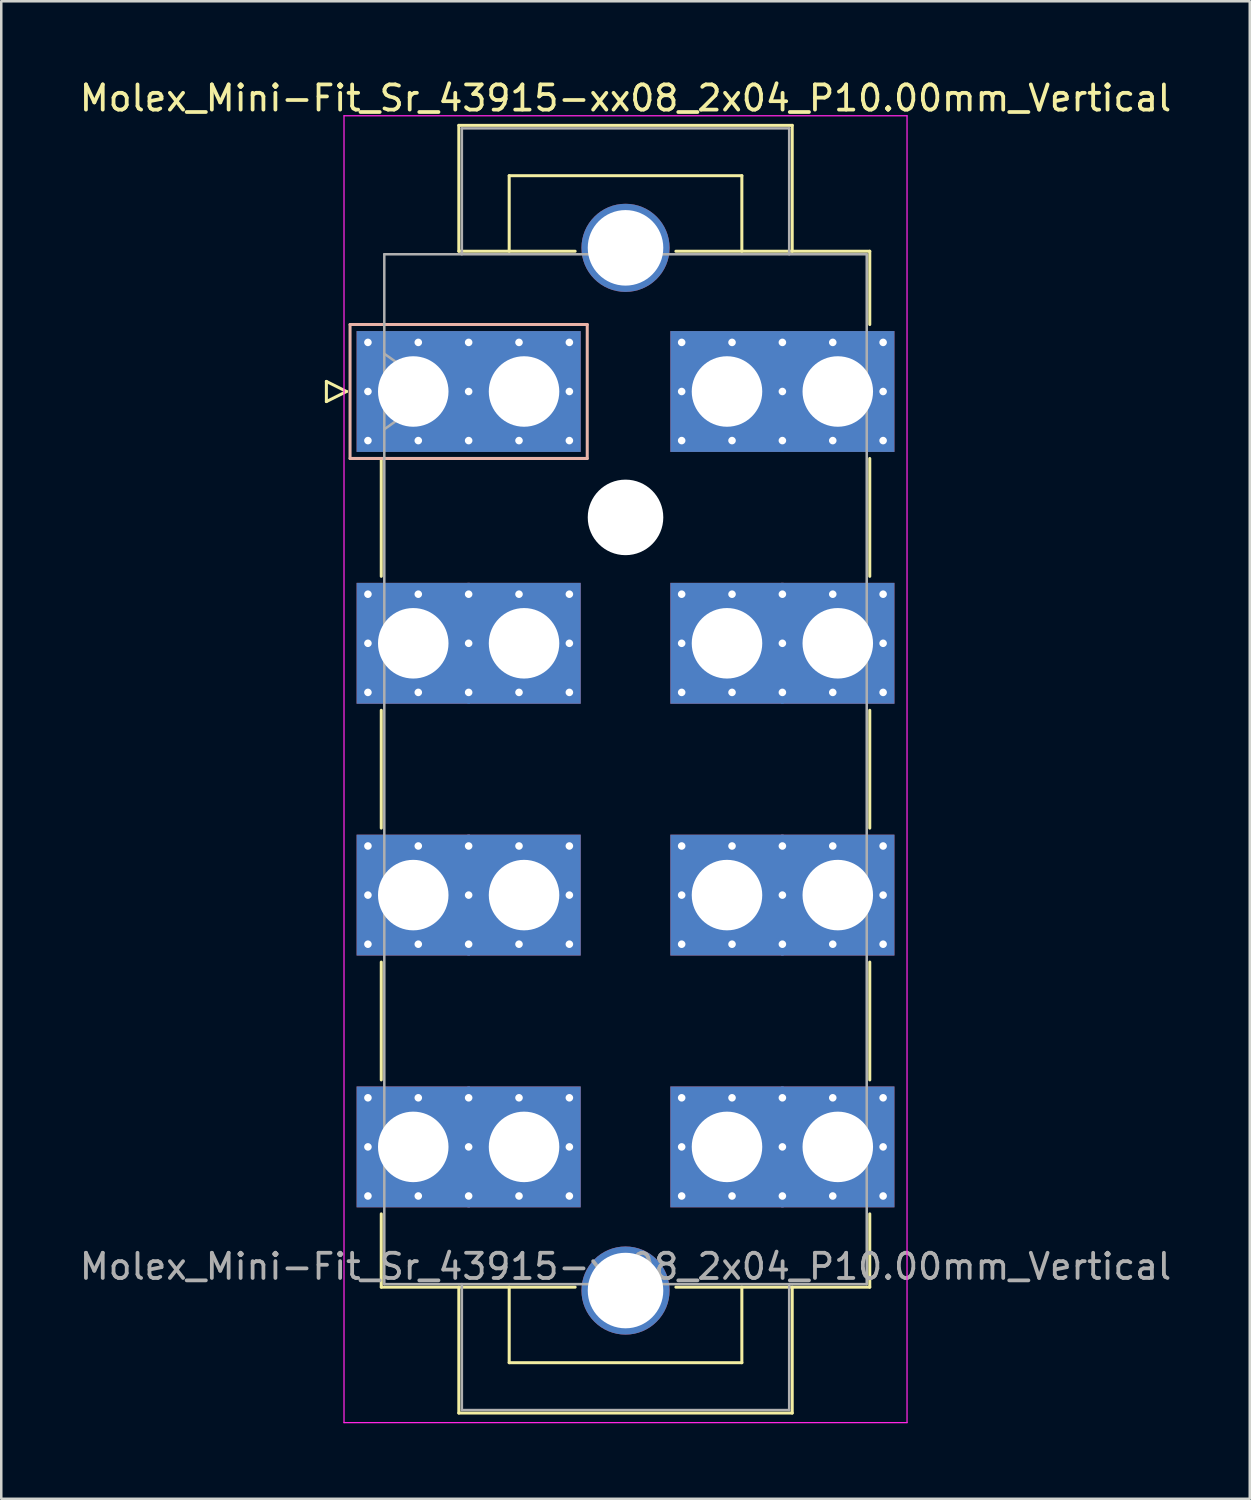
<source format=kicad_pcb>
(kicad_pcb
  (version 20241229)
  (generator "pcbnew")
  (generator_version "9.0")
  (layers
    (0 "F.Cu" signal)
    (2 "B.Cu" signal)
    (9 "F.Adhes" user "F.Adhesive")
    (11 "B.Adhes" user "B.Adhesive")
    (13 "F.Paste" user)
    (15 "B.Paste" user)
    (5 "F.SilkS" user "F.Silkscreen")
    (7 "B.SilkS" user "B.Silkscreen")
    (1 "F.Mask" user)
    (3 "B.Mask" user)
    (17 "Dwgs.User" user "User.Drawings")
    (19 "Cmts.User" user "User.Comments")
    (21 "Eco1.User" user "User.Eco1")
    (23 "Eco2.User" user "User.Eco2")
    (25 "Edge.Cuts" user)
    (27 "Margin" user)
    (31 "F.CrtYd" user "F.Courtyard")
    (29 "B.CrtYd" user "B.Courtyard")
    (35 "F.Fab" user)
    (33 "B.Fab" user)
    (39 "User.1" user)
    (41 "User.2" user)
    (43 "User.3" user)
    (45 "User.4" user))
  (footprint "Molex_Mini-Fit_Sr_43915-xx08_2x04_P10.00mm_Vertical"
    (layer "F.Cu")
    (at 13.362 12.498)
    (property "Reference" "Molex_Mini-Fit_Sr_43915-xx08_2x04_P10.00mm_Vertical" (at 8.43 -11.65 0) (layer "F.SilkS") (effects (font (size 1 1) (thickness 0.15))))
    (attr through_hole)
    (fp_line (start -3.45 -0.4) (end -3.45 0.4) (stroke (width 0.12) (type solid)) (layer "F.SilkS"))
    (fp_line (start -3.45 0.4) (end -2.65 0) (stroke (width 0.12) (type solid)) (layer "F.SilkS"))
    (fp_line (start -2.65 0) (end -3.45 -0.4) (stroke (width 0.12) (type solid)) (layer "F.SilkS"))
    (fp_line (start -1.27 2.66) (end -1.27 7.34) (stroke (width 0.12) (type solid)) (layer "F.SilkS"))
    (fp_line (start -1.27 12.66) (end -1.27 17.34) (stroke (width 0.12) (type solid)) (layer "F.SilkS"))
    (fp_line (start -1.27 22.66) (end -1.27 27.34) (stroke (width 0.12) (type solid)) (layer "F.SilkS"))
    (fp_line (start -1.27 32.66) (end -1.27 35.57) (stroke (width 0.12) (type solid)) (layer "F.SilkS"))
    (fp_line (start -1.27 35.57) (end 6.43 35.57) (stroke (width 0.12) (type solid)) (layer "F.SilkS"))
    (fp_line (start 1.81 -10.57) (end 15.05 -10.57) (stroke (width 0.12) (type solid)) (layer "F.SilkS"))
    (fp_line (start 1.81 -5.57) (end 1.81 -10.57) (stroke (width 0.12) (type solid)) (layer "F.SilkS"))
    (fp_line (start 1.81 35.57) (end 1.81 40.57) (stroke (width 0.12) (type solid)) (layer "F.SilkS"))
    (fp_line (start 1.81 40.57) (end 15.05 40.57) (stroke (width 0.12) (type solid)) (layer "F.SilkS"))
    (fp_line (start 3.81 -8.57) (end 13.05 -8.57) (stroke (width 0.12) (type solid)) (layer "F.SilkS"))
    (fp_line (start 3.81 -5.57) (end 3.81 -8.57) (stroke (width 0.12) (type solid)) (layer "F.SilkS"))
    (fp_line (start 3.81 35.57) (end 3.81 38.57) (stroke (width 0.12) (type solid)) (layer "F.SilkS"))
    (fp_line (start 3.81 38.57) (end 13.05 38.57) (stroke (width 0.12) (type solid)) (layer "F.SilkS"))
    (fp_line (start 6.43 -5.57) (end 1.81 -5.57) (stroke (width 0.12) (type solid)) (layer "F.SilkS"))
    (fp_line (start 13.05 -8.57) (end 13.05 -5.57) (stroke (width 0.12) (type solid)) (layer "F.SilkS"))
    (fp_line (start 13.05 38.57) (end 13.05 35.57) (stroke (width 0.12) (type solid)) (layer "F.SilkS"))
    (fp_line (start 15.05 -10.57) (end 15.05 -5.57) (stroke (width 0.12) (type solid)) (layer "F.SilkS"))
    (fp_line (start 15.05 40.57) (end 15.05 35.57) (stroke (width 0.12) (type solid)) (layer "F.SilkS"))
    (fp_line (start 18.13 -5.57) (end 10.43 -5.57) (stroke (width 0.12) (type solid)) (layer "F.SilkS"))
    (fp_line (start 18.13 -2.66) (end 18.13 -5.57) (stroke (width 0.12) (type solid)) (layer "F.SilkS"))
    (fp_line (start 18.13 2.66) (end 18.13 7.34) (stroke (width 0.12) (type solid)) (layer "F.SilkS"))
    (fp_line (start 18.13 12.66) (end 18.13 17.34) (stroke (width 0.12) (type solid)) (layer "F.SilkS"))
    (fp_line (start 18.13 22.66) (end 18.13 27.34) (stroke (width 0.12) (type solid)) (layer "F.SilkS"))
    (fp_line (start 18.13 32.66) (end 18.13 35.57) (stroke (width 0.12) (type solid)) (layer "F.SilkS"))
    (fp_line (start 18.13 35.57) (end 10.43 35.57) (stroke (width 0.12) (type solid)) (layer "F.SilkS"))
    (fp_line (start -2.51 -2.66) (end -2.51 2.66) (stroke (width 0.12) (type solid)) (layer "B.SilkS"))
    (fp_line (start -2.51 2.66) (end 6.91 2.66) (stroke (width 0.12) (type solid)) (layer "B.SilkS"))
    (fp_line (start 6.91 -2.66) (end -2.51 -2.66) (stroke (width 0.12) (type solid)) (layer "B.SilkS"))
    (fp_line (start 6.91 2.66) (end 6.91 -2.66) (stroke (width 0.12) (type solid)) (layer "B.SilkS"))
    (fp_line (start -2.75 -10.95) (end -2.75 40.95) (stroke (width 0.05) (type solid)) (layer "F.CrtYd"))
    (fp_line (start -2.75 40.95) (end 19.61 40.95) (stroke (width 0.05) (type solid)) (layer "F.CrtYd"))
    (fp_line (start 19.61 -10.95) (end -2.75 -10.95) (stroke (width 0.05) (type solid)) (layer "F.CrtYd"))
    (fp_line (start 19.61 40.95) (end 19.61 -10.95) (stroke (width 0.05) (type solid)) (layer "F.CrtYd"))
    (fp_line (start -1.15 -5.45) (end -1.15 35.45) (stroke (width 0.1) (type solid)) (layer "F.Fab"))
    (fp_line (start -1.15 -1.5) (end 0.971 0) (stroke (width 0.1) (type solid)) (layer "F.Fab"))
    (fp_line (start -1.15 35.45) (end 18.01 35.45) (stroke (width 0.1) (type solid)) (layer "F.Fab"))
    (fp_line (start 0.971 0) (end -1.15 1.5) (stroke (width 0.1) (type solid)) (layer "F.Fab"))
    (fp_line (start 1.93 -10.45) (end 14.93 -10.45) (stroke (width 0.1) (type solid)) (layer "F.Fab"))
    (fp_line (start 1.93 -5.45) (end 1.93 -10.45) (stroke (width 0.1) (type solid)) (layer "F.Fab"))
    (fp_line (start 1.93 35.45) (end 1.93 40.45) (stroke (width 0.1) (type solid)) (layer "F.Fab"))
    (fp_line (start 1.93 40.45) (end 14.93 40.45) (stroke (width 0.1) (type solid)) (layer "F.Fab"))
    (fp_line (start 14.93 -10.45) (end 14.93 -5.45) (stroke (width 0.1) (type solid)) (layer "F.Fab"))
    (fp_line (start 14.93 40.45) (end 14.93 35.45) (stroke (width 0.1) (type solid)) (layer "F.Fab"))
    (fp_line (start 18.01 -5.45) (end -1.15 -5.45) (stroke (width 0.1) (type solid)) (layer "F.Fab"))
    (fp_line (start 18.01 35.45) (end 18.01 -5.45) (stroke (width 0.1) (type solid)) (layer "F.Fab"))
    (fp_text user "${REFERENCE}" (at 8.43 34.75 0) (layer "F.Fab") (effects (font (size 1 1) (thickness 0.15))))
    (pad "" thru_hole circle (at 8.43 -5.705) (size 3.5 3.5) (drill 3) (layers "*.Cu" "*.Mask"))
    (pad "" np_thru_hole circle (at 8.43 5) (size 3 3) (drill 3) (layers "*.Cu" "*.Mask"))
    (pad "" thru_hole circle (at 8.43 35.705) (size 3.5 3.5) (drill 3) (layers "*.Cu" "*.Mask"))
    (pad "1" thru_hole rect (at -1.8 -1.95) (size 0.6 0.6) (drill 0.3) (layers "*.Cu" "*.Mask"))
    (pad "1" thru_hole rect (at -1.8 0) (size 0.6 0.6) (drill 0.3) (layers "*.Cu" "*.Mask"))
    (pad "1" thru_hole rect (at -1.8 1.95) (size 0.6 0.6) (drill 0.3) (layers "*.Cu" "*.Mask"))
    (pad "1" thru_hole rect (at 0 0) (size 4.5 4.8) (drill 2.8) (layers "*.Cu" "*.Mask"))
    (pad "1" thru_hole rect (at 0.2 -1.95) (size 0.6 0.6) (drill 0.3) (layers "*.Cu" "*.Mask"))
    (pad "1" thru_hole rect (at 0.2 1.95) (size 0.6 0.6) (drill 0.3) (layers "*.Cu" "*.Mask"))
    (pad "1" thru_hole rect (at 2.2 -1.95) (size 0.6 0.6) (drill 0.3) (layers "*.Cu" "*.Mask"))
    (pad "1" thru_hole rect (at 2.2 0) (size 0.6 0.6) (drill 0.3) (layers "*.Cu" "*.Mask"))
    (pad "1" thru_hole rect (at 2.2 1.95) (size 0.6 0.6) (drill 0.3) (layers "*.Cu" "*.Mask"))
    (pad "1" thru_hole rect (at 4.2 -1.95) (size 0.6 0.6) (drill 0.3) (layers "*.Cu" "*.Mask"))
    (pad "1" thru_hole rect (at 4.2 1.95) (size 0.6 0.6) (drill 0.3) (layers "*.Cu" "*.Mask"))
    (pad "1" thru_hole rect (at 4.4 0) (size 4.5 4.8) (drill 2.8) (layers "*.Cu" "*.Mask"))
    (pad "1" thru_hole rect (at 6.2 -1.95) (size 0.6 0.6) (drill 0.3) (layers "*.Cu" "*.Mask"))
    (pad "1" thru_hole rect (at 6.2 0) (size 0.6 0.6) (drill 0.3) (layers "*.Cu" "*.Mask"))
    (pad "1" thru_hole rect (at 6.2 1.95) (size 0.6 0.6) (drill 0.3) (layers "*.Cu" "*.Mask"))
    (pad "2" thru_hole circle (at -1.8 8.05) (size 0.6 0.6) (drill 0.3) (layers "*.Cu" "*.Mask"))
    (pad "2" thru_hole circle (at -1.8 10) (size 0.6 0.6) (drill 0.3) (layers "*.Cu" "*.Mask"))
    (pad "2" thru_hole circle (at -1.8 11.95) (size 0.6 0.6) (drill 0.3) (layers "*.Cu" "*.Mask"))
    (pad "2" thru_hole rect (at 0 10) (size 4.5 4.8) (drill 2.8) (layers "*.Cu" "*.Mask"))
    (pad "2" thru_hole circle (at 0.2 8.05) (size 0.6 0.6) (drill 0.3) (layers "*.Cu" "*.Mask"))
    (pad "2" thru_hole circle (at 0.2 11.95) (size 0.6 0.6) (drill 0.3) (layers "*.Cu" "*.Mask"))
    (pad "2" thru_hole circle (at 2.2 8.05) (size 0.6 0.6) (drill 0.3) (layers "*.Cu" "*.Mask"))
    (pad "2" thru_hole circle (at 2.2 10) (size 0.6 0.6) (drill 0.3) (layers "*.Cu" "*.Mask"))
    (pad "2" thru_hole circle (at 2.2 11.95) (size 0.6 0.6) (drill 0.3) (layers "*.Cu" "*.Mask"))
    (pad "2" thru_hole circle (at 4.2 8.05) (size 0.6 0.6) (drill 0.3) (layers "*.Cu" "*.Mask"))
    (pad "2" thru_hole circle (at 4.2 11.95) (size 0.6 0.6) (drill 0.3) (layers "*.Cu" "*.Mask"))
    (pad "2" thru_hole rect (at 4.4 10) (size 4.5 4.8) (drill 2.8) (layers "*.Cu" "*.Mask"))
    (pad "2" thru_hole circle (at 6.2 8.05) (size 0.6 0.6) (drill 0.3) (layers "*.Cu" "*.Mask"))
    (pad "2" thru_hole circle (at 6.2 10) (size 0.6 0.6) (drill 0.3) (layers "*.Cu" "*.Mask"))
    (pad "2" thru_hole circle (at 6.2 11.95) (size 0.6 0.6) (drill 0.3) (layers "*.Cu" "*.Mask"))
    (pad "3" thru_hole circle (at -1.8 18.05) (size 0.6 0.6) (drill 0.3) (layers "*.Cu" "*.Mask"))
    (pad "3" thru_hole circle (at -1.8 20) (size 0.6 0.6) (drill 0.3) (layers "*.Cu" "*.Mask"))
    (pad "3" thru_hole circle (at -1.8 21.95) (size 0.6 0.6) (drill 0.3) (layers "*.Cu" "*.Mask"))
    (pad "3" thru_hole rect (at 0 20) (size 4.5 4.8) (drill 2.8) (layers "*.Cu" "*.Mask"))
    (pad "3" thru_hole circle (at 0.2 18.05) (size 0.6 0.6) (drill 0.3) (layers "*.Cu" "*.Mask"))
    (pad "3" thru_hole circle (at 0.2 21.95) (size 0.6 0.6) (drill 0.3) (layers "*.Cu" "*.Mask"))
    (pad "3" thru_hole circle (at 2.2 18.05) (size 0.6 0.6) (drill 0.3) (layers "*.Cu" "*.Mask"))
    (pad "3" thru_hole circle (at 2.2 20) (size 0.6 0.6) (drill 0.3) (layers "*.Cu" "*.Mask"))
    (pad "3" thru_hole circle (at 2.2 21.95) (size 0.6 0.6) (drill 0.3) (layers "*.Cu" "*.Mask"))
    (pad "3" thru_hole circle (at 4.2 18.05) (size 0.6 0.6) (drill 0.3) (layers "*.Cu" "*.Mask"))
    (pad "3" thru_hole circle (at 4.2 21.95) (size 0.6 0.6) (drill 0.3) (layers "*.Cu" "*.Mask"))
    (pad "3" thru_hole rect (at 4.4 20) (size 4.5 4.8) (drill 2.8) (layers "*.Cu" "*.Mask"))
    (pad "3" thru_hole circle (at 6.2 18.05) (size 0.6 0.6) (drill 0.3) (layers "*.Cu" "*.Mask"))
    (pad "3" thru_hole circle (at 6.2 20) (size 0.6 0.6) (drill 0.3) (layers "*.Cu" "*.Mask"))
    (pad "3" thru_hole circle (at 6.2 21.95) (size 0.6 0.6) (drill 0.3) (layers "*.Cu" "*.Mask"))
    (pad "4" thru_hole circle (at -1.8 28.05) (size 0.6 0.6) (drill 0.3) (layers "*.Cu" "*.Mask"))
    (pad "4" thru_hole circle (at -1.8 30) (size 0.6 0.6) (drill 0.3) (layers "*.Cu" "*.Mask"))
    (pad "4" thru_hole circle (at -1.8 31.95) (size 0.6 0.6) (drill 0.3) (layers "*.Cu" "*.Mask"))
    (pad "4" thru_hole rect (at 0 30) (size 4.5 4.8) (drill 2.8) (layers "*.Cu" "*.Mask"))
    (pad "4" thru_hole circle (at 0.2 28.05) (size 0.6 0.6) (drill 0.3) (layers "*.Cu" "*.Mask"))
    (pad "4" thru_hole circle (at 0.2 31.95) (size 0.6 0.6) (drill 0.3) (layers "*.Cu" "*.Mask"))
    (pad "4" thru_hole circle (at 2.2 28.05) (size 0.6 0.6) (drill 0.3) (layers "*.Cu" "*.Mask"))
    (pad "4" thru_hole circle (at 2.2 30) (size 0.6 0.6) (drill 0.3) (layers "*.Cu" "*.Mask"))
    (pad "4" thru_hole circle (at 2.2 31.95) (size 0.6 0.6) (drill 0.3) (layers "*.Cu" "*.Mask"))
    (pad "4" thru_hole circle (at 4.2 28.05) (size 0.6 0.6) (drill 0.3) (layers "*.Cu" "*.Mask"))
    (pad "4" thru_hole circle (at 4.2 31.95) (size 0.6 0.6) (drill 0.3) (layers "*.Cu" "*.Mask"))
    (pad "4" thru_hole rect (at 4.4 30) (size 4.5 4.8) (drill 2.8) (layers "*.Cu" "*.Mask"))
    (pad "4" thru_hole circle (at 6.2 28.05) (size 0.6 0.6) (drill 0.3) (layers "*.Cu" "*.Mask"))
    (pad "4" thru_hole circle (at 6.2 30) (size 0.6 0.6) (drill 0.3) (layers "*.Cu" "*.Mask"))
    (pad "4" thru_hole circle (at 6.2 31.95) (size 0.6 0.6) (drill 0.3) (layers "*.Cu" "*.Mask"))
    (pad "5" thru_hole circle (at 10.66 -1.95) (size 0.6 0.6) (drill 0.3) (layers "*.Cu" "*.Mask"))
    (pad "5" thru_hole circle (at 10.66 0) (size 0.6 0.6) (drill 0.3) (layers "*.Cu" "*.Mask"))
    (pad "5" thru_hole circle (at 10.66 1.95) (size 0.6 0.6) (drill 0.3) (layers "*.Cu" "*.Mask"))
    (pad "5" thru_hole rect (at 12.46 0) (size 4.5 4.8) (drill 2.8) (layers "*.Cu" "*.Mask"))
    (pad "5" thru_hole circle (at 12.66 -1.95) (size 0.6 0.6) (drill 0.3) (layers "*.Cu" "*.Mask"))
    (pad "5" thru_hole circle (at 12.66 1.95) (size 0.6 0.6) (drill 0.3) (layers "*.Cu" "*.Mask"))
    (pad "5" thru_hole circle (at 14.66 -1.95) (size 0.6 0.6) (drill 0.3) (layers "*.Cu" "*.Mask"))
    (pad "5" thru_hole circle (at 14.66 0) (size 0.6 0.6) (drill 0.3) (layers "*.Cu" "*.Mask"))
    (pad "5" thru_hole circle (at 14.66 1.95) (size 0.6 0.6) (drill 0.3) (layers "*.Cu" "*.Mask"))
    (pad "5" thru_hole circle (at 16.66 -1.95) (size 0.6 0.6) (drill 0.3) (layers "*.Cu" "*.Mask"))
    (pad "5" thru_hole circle (at 16.66 1.95) (size 0.6 0.6) (drill 0.3) (layers "*.Cu" "*.Mask"))
    (pad "5" thru_hole rect (at 16.86 0) (size 4.5 4.8) (drill 2.8) (layers "*.Cu" "*.Mask"))
    (pad "5" thru_hole circle (at 18.66 -1.95) (size 0.6 0.6) (drill 0.3) (layers "*.Cu" "*.Mask"))
    (pad "5" thru_hole circle (at 18.66 0) (size 0.6 0.6) (drill 0.3) (layers "*.Cu" "*.Mask"))
    (pad "5" thru_hole circle (at 18.66 1.95) (size 0.6 0.6) (drill 0.3) (layers "*.Cu" "*.Mask"))
    (pad "6" thru_hole circle (at 10.66 8.05) (size 0.6 0.6) (drill 0.3) (layers "*.Cu" "*.Mask"))
    (pad "6" thru_hole circle (at 10.66 10) (size 0.6 0.6) (drill 0.3) (layers "*.Cu" "*.Mask"))
    (pad "6" thru_hole circle (at 10.66 11.95) (size 0.6 0.6) (drill 0.3) (layers "*.Cu" "*.Mask"))
    (pad "6" thru_hole rect (at 12.46 10) (size 4.5 4.8) (drill 2.8) (layers "*.Cu" "*.Mask"))
    (pad "6" thru_hole circle (at 12.66 8.05) (size 0.6 0.6) (drill 0.3) (layers "*.Cu" "*.Mask"))
    (pad "6" thru_hole circle (at 12.66 11.95) (size 0.6 0.6) (drill 0.3) (layers "*.Cu" "*.Mask"))
    (pad "6" thru_hole circle (at 14.66 8.05) (size 0.6 0.6) (drill 0.3) (layers "*.Cu" "*.Mask"))
    (pad "6" thru_hole circle (at 14.66 10) (size 0.6 0.6) (drill 0.3) (layers "*.Cu" "*.Mask"))
    (pad "6" thru_hole circle (at 14.66 11.95) (size 0.6 0.6) (drill 0.3) (layers "*.Cu" "*.Mask"))
    (pad "6" thru_hole circle (at 16.66 8.05) (size 0.6 0.6) (drill 0.3) (layers "*.Cu" "*.Mask"))
    (pad "6" thru_hole circle (at 16.66 11.95) (size 0.6 0.6) (drill 0.3) (layers "*.Cu" "*.Mask"))
    (pad "6" thru_hole rect (at 16.86 10) (size 4.5 4.8) (drill 2.8) (layers "*.Cu" "*.Mask"))
    (pad "6" thru_hole circle (at 18.66 8.05) (size 0.6 0.6) (drill 0.3) (layers "*.Cu" "*.Mask"))
    (pad "6" thru_hole circle (at 18.66 10) (size 0.6 0.6) (drill 0.3) (layers "*.Cu" "*.Mask"))
    (pad "6" thru_hole circle (at 18.66 11.95) (size 0.6 0.6) (drill 0.3) (layers "*.Cu" "*.Mask"))
    (pad "7" thru_hole circle (at 10.66 18.05) (size 0.6 0.6) (drill 0.3) (layers "*.Cu" "*.Mask"))
    (pad "7" thru_hole circle (at 10.66 20) (size 0.6 0.6) (drill 0.3) (layers "*.Cu" "*.Mask"))
    (pad "7" thru_hole circle (at 10.66 21.95) (size 0.6 0.6) (drill 0.3) (layers "*.Cu" "*.Mask"))
    (pad "7" thru_hole rect (at 12.46 20) (size 4.5 4.8) (drill 2.8) (layers "*.Cu" "*.Mask"))
    (pad "7" thru_hole circle (at 12.66 18.05) (size 0.6 0.6) (drill 0.3) (layers "*.Cu" "*.Mask"))
    (pad "7" thru_hole circle (at 12.66 21.95) (size 0.6 0.6) (drill 0.3) (layers "*.Cu" "*.Mask"))
    (pad "7" thru_hole circle (at 14.66 18.05) (size 0.6 0.6) (drill 0.3) (layers "*.Cu" "*.Mask"))
    (pad "7" thru_hole circle (at 14.66 20) (size 0.6 0.6) (drill 0.3) (layers "*.Cu" "*.Mask"))
    (pad "7" thru_hole circle (at 14.66 21.95) (size 0.6 0.6) (drill 0.3) (layers "*.Cu" "*.Mask"))
    (pad "7" thru_hole circle (at 16.66 18.05) (size 0.6 0.6) (drill 0.3) (layers "*.Cu" "*.Mask"))
    (pad "7" thru_hole circle (at 16.66 21.95) (size 0.6 0.6) (drill 0.3) (layers "*.Cu" "*.Mask"))
    (pad "7" thru_hole rect (at 16.86 20) (size 4.5 4.8) (drill 2.8) (layers "*.Cu" "*.Mask"))
    (pad "7" thru_hole circle (at 18.66 18.05) (size 0.6 0.6) (drill 0.3) (layers "*.Cu" "*.Mask"))
    (pad "7" thru_hole circle (at 18.66 20) (size 0.6 0.6) (drill 0.3) (layers "*.Cu" "*.Mask"))
    (pad "7" thru_hole circle (at 18.66 21.95) (size 0.6 0.6) (drill 0.3) (layers "*.Cu" "*.Mask"))
    (pad "8" thru_hole circle (at 10.66 28.05) (size 0.6 0.6) (drill 0.3) (layers "*.Cu" "*.Mask"))
    (pad "8" thru_hole circle (at 10.66 30) (size 0.6 0.6) (drill 0.3) (layers "*.Cu" "*.Mask"))
    (pad "8" thru_hole circle (at 10.66 31.95) (size 0.6 0.6) (drill 0.3) (layers "*.Cu" "*.Mask"))
    (pad "8" thru_hole rect (at 12.46 30) (size 4.5 4.8) (drill 2.8) (layers "*.Cu" "*.Mask"))
    (pad "8" thru_hole circle (at 12.66 28.05) (size 0.6 0.6) (drill 0.3) (layers "*.Cu" "*.Mask"))
    (pad "8" thru_hole circle (at 12.66 31.95) (size 0.6 0.6) (drill 0.3) (layers "*.Cu" "*.Mask"))
    (pad "8" thru_hole circle (at 14.66 28.05) (size 0.6 0.6) (drill 0.3) (layers "*.Cu" "*.Mask"))
    (pad "8" thru_hole circle (at 14.66 30) (size 0.6 0.6) (drill 0.3) (layers "*.Cu" "*.Mask"))
    (pad "8" thru_hole circle (at 14.66 31.95) (size 0.6 0.6) (drill 0.3) (layers "*.Cu" "*.Mask"))
    (pad "8" thru_hole circle (at 16.66 28.05) (size 0.6 0.6) (drill 0.3) (layers "*.Cu" "*.Mask"))
    (pad "8" thru_hole circle (at 16.66 31.95) (size 0.6 0.6) (drill 0.3) (layers "*.Cu" "*.Mask"))
    (pad "8" thru_hole rect (at 16.86 30) (size 4.5 4.8) (drill 2.8) (layers "*.Cu" "*.Mask"))
    (pad "8" thru_hole circle (at 18.66 28.05) (size 0.6 0.6) (drill 0.3) (layers "*.Cu" "*.Mask"))
    (pad "8" thru_hole circle (at 18.66 30) (size 0.6 0.6) (drill 0.3) (layers "*.Cu" "*.Mask"))
    (pad "8" thru_hole circle (at 18.66 31.95) (size 0.6 0.6) (drill 0.3) (layers "*.Cu" "*.Mask")))
  (gr_rect
    (start -3 -3)
    (end 46.583 56.473)
    (stroke (width 0.1) (type default))
    (fill no)
    (layer "Edge.Cuts")))
</source>
